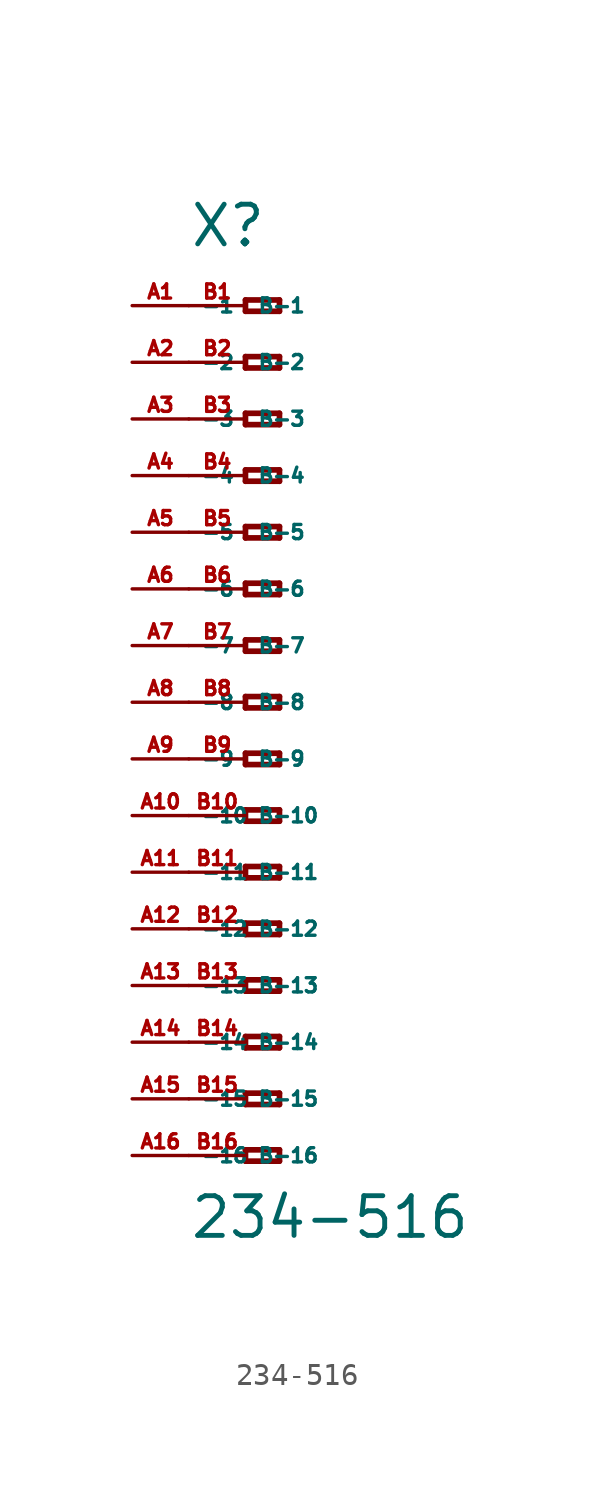
<source format=kicad_sym>
(kicad_symbol_lib
  (version 20220914)
  (generator Eagle2Kicad)
  (symbol "234-516"
    (property "Reference" "X"
      (at -5.08 20.32 0)
      (effects (font (size 1.778 1.778) (thickness 0.22)) (justify left bottom)))
    (property "Value" "234-516"
      (at -5.08 -24.13 0)
      (effects (font (size 1.778 1.778) (thickness 0.22)) (justify left bottom)))
    (polyline
      (pts (xy -2.54 18.034) (xy -2.54 17.526))
      (stroke (width 0.254) (type default))
      (fill (type none)))
    (polyline
      (pts (xy -2.54 17.526) (xy -1.016 17.526))
      (stroke (width 0.254) (type default))
      (fill (type none)))
    (polyline
      (pts (xy -1.016 17.526) (xy -1.016 18.034))
      (stroke (width 0.254) (type default))
      (fill (type none)))
    (polyline
      (pts (xy -1.016 18.034) (xy -2.54 18.034))
      (stroke (width 0.254) (type default))
      (fill (type none)))
    (polyline
      (pts (xy -2.54 15.494) (xy -2.54 14.986))
      (stroke (width 0.254) (type default))
      (fill (type none)))
    (polyline
      (pts (xy -2.54 14.986) (xy -1.016 14.986))
      (stroke (width 0.254) (type default))
      (fill (type none)))
    (polyline
      (pts (xy -1.016 14.986) (xy -1.016 15.494))
      (stroke (width 0.254) (type default))
      (fill (type none)))
    (polyline
      (pts (xy -1.016 15.494) (xy -2.54 15.494))
      (stroke (width 0.254) (type default))
      (fill (type none)))
    (polyline
      (pts (xy -2.54 12.954) (xy -2.54 12.446))
      (stroke (width 0.254) (type default))
      (fill (type none)))
    (polyline
      (pts (xy -2.54 12.446) (xy -1.016 12.446))
      (stroke (width 0.254) (type default))
      (fill (type none)))
    (polyline
      (pts (xy -1.016 12.446) (xy -1.016 12.954))
      (stroke (width 0.254) (type default))
      (fill (type none)))
    (polyline
      (pts (xy -1.016 12.954) (xy -2.54 12.954))
      (stroke (width 0.254) (type default))
      (fill (type none)))
    (polyline
      (pts (xy -2.54 10.414) (xy -2.54 9.906))
      (stroke (width 0.254) (type default))
      (fill (type none)))
    (polyline
      (pts (xy -2.54 9.906) (xy -1.016 9.906))
      (stroke (width 0.254) (type default))
      (fill (type none)))
    (polyline
      (pts (xy -1.016 9.906) (xy -1.016 10.414))
      (stroke (width 0.254) (type default))
      (fill (type none)))
    (polyline
      (pts (xy -1.016 10.414) (xy -2.54 10.414))
      (stroke (width 0.254) (type default))
      (fill (type none)))
    (polyline
      (pts (xy -2.54 7.874) (xy -2.54 7.366))
      (stroke (width 0.254) (type default))
      (fill (type none)))
    (polyline
      (pts (xy -2.54 7.366) (xy -1.016 7.366))
      (stroke (width 0.254) (type default))
      (fill (type none)))
    (polyline
      (pts (xy -1.016 7.366) (xy -1.016 7.874))
      (stroke (width 0.254) (type default))
      (fill (type none)))
    (polyline
      (pts (xy -1.016 7.874) (xy -2.54 7.874))
      (stroke (width 0.254) (type default))
      (fill (type none)))
    (polyline
      (pts (xy -2.54 5.334) (xy -2.54 4.826))
      (stroke (width 0.254) (type default))
      (fill (type none)))
    (polyline
      (pts (xy -2.54 4.826) (xy -1.016 4.826))
      (stroke (width 0.254) (type default))
      (fill (type none)))
    (polyline
      (pts (xy -1.016 4.826) (xy -1.016 5.334))
      (stroke (width 0.254) (type default))
      (fill (type none)))
    (polyline
      (pts (xy -1.016 5.334) (xy -2.54 5.334))
      (stroke (width 0.254) (type default))
      (fill (type none)))
    (polyline
      (pts (xy -2.54 2.794) (xy -2.54 2.286))
      (stroke (width 0.254) (type default))
      (fill (type none)))
    (polyline
      (pts (xy -2.54 2.286) (xy -1.016 2.286))
      (stroke (width 0.254) (type default))
      (fill (type none)))
    (polyline
      (pts (xy -1.016 2.286) (xy -1.016 2.794))
      (stroke (width 0.254) (type default))
      (fill (type none)))
    (polyline
      (pts (xy -1.016 2.794) (xy -2.54 2.794))
      (stroke (width 0.254) (type default))
      (fill (type none)))
    (polyline
      (pts (xy -2.54 0.254) (xy -2.54 -0.254))
      (stroke (width 0.254) (type default))
      (fill (type none)))
    (polyline
      (pts (xy -2.54 -0.254) (xy -1.016 -0.254))
      (stroke (width 0.254) (type default))
      (fill (type none)))
    (polyline
      (pts (xy -1.016 -0.254) (xy -1.016 0.254))
      (stroke (width 0.254) (type default))
      (fill (type none)))
    (polyline
      (pts (xy -1.016 0.254) (xy -2.54 0.254))
      (stroke (width 0.254) (type default))
      (fill (type none)))
    (polyline
      (pts (xy -2.54 -2.286) (xy -2.54 -2.794))
      (stroke (width 0.254) (type default))
      (fill (type none)))
    (polyline
      (pts (xy -2.54 -2.794) (xy -1.016 -2.794))
      (stroke (width 0.254) (type default))
      (fill (type none)))
    (polyline
      (pts (xy -1.016 -2.794) (xy -1.016 -2.286))
      (stroke (width 0.254) (type default))
      (fill (type none)))
    (polyline
      (pts (xy -1.016 -2.286) (xy -2.54 -2.286))
      (stroke (width 0.254) (type default))
      (fill (type none)))
    (polyline
      (pts (xy -2.54 -4.826) (xy -2.54 -5.334))
      (stroke (width 0.254) (type default))
      (fill (type none)))
    (polyline
      (pts (xy -2.54 -5.334) (xy -1.016 -5.334))
      (stroke (width 0.254) (type default))
      (fill (type none)))
    (polyline
      (pts (xy -1.016 -5.334) (xy -1.016 -4.826))
      (stroke (width 0.254) (type default))
      (fill (type none)))
    (polyline
      (pts (xy -1.016 -4.826) (xy -2.54 -4.826))
      (stroke (width 0.254) (type default))
      (fill (type none)))
    (polyline
      (pts (xy -2.54 -7.366) (xy -2.54 -7.874))
      (stroke (width 0.254) (type default))
      (fill (type none)))
    (polyline
      (pts (xy -2.54 -7.874) (xy -1.016 -7.874))
      (stroke (width 0.254) (type default))
      (fill (type none)))
    (polyline
      (pts (xy -1.016 -7.874) (xy -1.016 -7.366))
      (stroke (width 0.254) (type default))
      (fill (type none)))
    (polyline
      (pts (xy -1.016 -7.366) (xy -2.54 -7.366))
      (stroke (width 0.254) (type default))
      (fill (type none)))
    (polyline
      (pts (xy -2.54 -9.906) (xy -2.54 -10.414))
      (stroke (width 0.254) (type default))
      (fill (type none)))
    (polyline
      (pts (xy -2.54 -10.414) (xy -1.016 -10.414))
      (stroke (width 0.254) (type default))
      (fill (type none)))
    (polyline
      (pts (xy -1.016 -10.414) (xy -1.016 -9.906))
      (stroke (width 0.254) (type default))
      (fill (type none)))
    (polyline
      (pts (xy -1.016 -9.906) (xy -2.54 -9.906))
      (stroke (width 0.254) (type default))
      (fill (type none)))
    (polyline
      (pts (xy -2.54 -12.446) (xy -2.54 -12.954))
      (stroke (width 0.254) (type default))
      (fill (type none)))
    (polyline
      (pts (xy -2.54 -12.954) (xy -1.016 -12.954))
      (stroke (width 0.254) (type default))
      (fill (type none)))
    (polyline
      (pts (xy -1.016 -12.954) (xy -1.016 -12.446))
      (stroke (width 0.254) (type default))
      (fill (type none)))
    (polyline
      (pts (xy -1.016 -12.446) (xy -2.54 -12.446))
      (stroke (width 0.254) (type default))
      (fill (type none)))
    (polyline
      (pts (xy -2.54 -14.986) (xy -2.54 -15.494))
      (stroke (width 0.254) (type default))
      (fill (type none)))
    (polyline
      (pts (xy -2.54 -15.494) (xy -1.016 -15.494))
      (stroke (width 0.254) (type default))
      (fill (type none)))
    (polyline
      (pts (xy -1.016 -15.494) (xy -1.016 -14.986))
      (stroke (width 0.254) (type default))
      (fill (type none)))
    (polyline
      (pts (xy -1.016 -14.986) (xy -2.54 -14.986))
      (stroke (width 0.254) (type default))
      (fill (type none)))
    (polyline
      (pts (xy -2.54 -17.526) (xy -2.54 -18.034))
      (stroke (width 0.254) (type default))
      (fill (type none)))
    (polyline
      (pts (xy -2.54 -18.034) (xy -1.016 -18.034))
      (stroke (width 0.254) (type default))
      (fill (type none)))
    (polyline
      (pts (xy -1.016 -18.034) (xy -1.016 -17.526))
      (stroke (width 0.254) (type default))
      (fill (type none)))
    (polyline
      (pts (xy -1.016 -17.526) (xy -2.54 -17.526))
      (stroke (width 0.254) (type default))
      (fill (type none)))
    (polyline
      (pts (xy -2.54 -20.066) (xy -2.54 -20.574))
      (stroke (width 0.254) (type default))
      (fill (type none)))
    (polyline
      (pts (xy -2.54 -20.574) (xy -1.016 -20.574))
      (stroke (width 0.254) (type default))
      (fill (type none)))
    (polyline
      (pts (xy -1.016 -20.574) (xy -1.016 -20.066))
      (stroke (width 0.254) (type default))
      (fill (type none)))
    (polyline
      (pts (xy -1.016 -20.066) (xy -2.54 -20.066))
      (stroke (width 0.254) (type default))
      (fill (type none)))
    (pin passive line
      (at -7.62 17.78 0)
      (length 2.54)
      (name "-1" (effects (font (size 0.635 0.635) (thickness 0.08)) (justify left bottom)))
      (number "A1" (effects (font (size 0.635 0.635) (thickness 0.08)) (justify left bottom))))
    (pin passive line
      (at -7.62 15.24 0)
      (length 2.54)
      (name "-2" (effects (font (size 0.635 0.635) (thickness 0.08)) (justify left bottom)))
      (number "A2" (effects (font (size 0.635 0.635) (thickness 0.08)) (justify left bottom))))
    (pin passive line
      (at -7.62 12.7 0)
      (length 2.54)
      (name "-3" (effects (font (size 0.635 0.635) (thickness 0.08)) (justify left bottom)))
      (number "A3" (effects (font (size 0.635 0.635) (thickness 0.08)) (justify left bottom))))
    (pin passive line
      (at -7.62 10.16 0)
      (length 2.54)
      (name "-4" (effects (font (size 0.635 0.635) (thickness 0.08)) (justify left bottom)))
      (number "A4" (effects (font (size 0.635 0.635) (thickness 0.08)) (justify left bottom))))
    (pin passive line
      (at -7.62 7.62 0)
      (length 2.54)
      (name "-5" (effects (font (size 0.635 0.635) (thickness 0.08)) (justify left bottom)))
      (number "A5" (effects (font (size 0.635 0.635) (thickness 0.08)) (justify left bottom))))
    (pin passive line
      (at -7.62 5.08 0)
      (length 2.54)
      (name "-6" (effects (font (size 0.635 0.635) (thickness 0.08)) (justify left bottom)))
      (number "A6" (effects (font (size 0.635 0.635) (thickness 0.08)) (justify left bottom))))
    (pin passive line
      (at -7.62 2.54 0)
      (length 2.54)
      (name "-7" (effects (font (size 0.635 0.635) (thickness 0.08)) (justify left bottom)))
      (number "A7" (effects (font (size 0.635 0.635) (thickness 0.08)) (justify left bottom))))
    (pin passive line
      (at -7.62 0 0)
      (length 2.54)
      (name "-8" (effects (font (size 0.635 0.635) (thickness 0.08)) (justify left bottom)))
      (number "A8" (effects (font (size 0.635 0.635) (thickness 0.08)) (justify left bottom))))
    (pin passive line
      (at -7.62 -2.54 0)
      (length 2.54)
      (name "-9" (effects (font (size 0.635 0.635) (thickness 0.08)) (justify left bottom)))
      (number "A9" (effects (font (size 0.635 0.635) (thickness 0.08)) (justify left bottom))))
    (pin passive line
      (at -7.62 -5.08 0)
      (length 2.54)
      (name "-10" (effects (font (size 0.635 0.635) (thickness 0.08)) (justify left bottom)))
      (number "A10" (effects (font (size 0.635 0.635) (thickness 0.08)) (justify left bottom))))
    (pin passive line
      (at -7.62 -7.62 0)
      (length 2.54)
      (name "-11" (effects (font (size 0.635 0.635) (thickness 0.08)) (justify left bottom)))
      (number "A11" (effects (font (size 0.635 0.635) (thickness 0.08)) (justify left bottom))))
    (pin passive line
      (at -7.62 -10.16 0)
      (length 2.54)
      (name "-12" (effects (font (size 0.635 0.635) (thickness 0.08)) (justify left bottom)))
      (number "A12" (effects (font (size 0.635 0.635) (thickness 0.08)) (justify left bottom))))
    (pin passive line
      (at -7.62 -12.7 0)
      (length 2.54)
      (name "-13" (effects (font (size 0.635 0.635) (thickness 0.08)) (justify left bottom)))
      (number "A13" (effects (font (size 0.635 0.635) (thickness 0.08)) (justify left bottom))))
    (pin passive line
      (at -7.62 -15.24 0)
      (length 2.54)
      (name "-14" (effects (font (size 0.635 0.635) (thickness 0.08)) (justify left bottom)))
      (number "A14" (effects (font (size 0.635 0.635) (thickness 0.08)) (justify left bottom))))
    (pin passive line
      (at -7.62 -17.78 0)
      (length 2.54)
      (name "-15" (effects (font (size 0.635 0.635) (thickness 0.08)) (justify left bottom)))
      (number "A15" (effects (font (size 0.635 0.635) (thickness 0.08)) (justify left bottom))))
    (pin passive line
      (at -7.62 -20.32 0)
      (length 2.54)
      (name "-16" (effects (font (size 0.635 0.635) (thickness 0.08)) (justify left bottom)))
      (number "A16" (effects (font (size 0.635 0.635) (thickness 0.08)) (justify left bottom))))
    (pin passive line
      (at -5.08 -20.32 0)
      (length 2.54)
      (name "B-16" (effects (font (size 0.635 0.635) (thickness 0.08)) (justify left bottom)))
      (number "B16" (effects (font (size 0.635 0.635) (thickness 0.08)) (justify left bottom))))
    (pin passive line
      (at -5.08 17.78 0)
      (length 2.54)
      (name "B-1" (effects (font (size 0.635 0.635) (thickness 0.08)) (justify left bottom)))
      (number "B1" (effects (font (size 0.635 0.635) (thickness 0.08)) (justify left bottom))))
    (pin passive line
      (at -5.08 15.24 0)
      (length 2.54)
      (name "B-2" (effects (font (size 0.635 0.635) (thickness 0.08)) (justify left bottom)))
      (number "B2" (effects (font (size 0.635 0.635) (thickness 0.08)) (justify left bottom))))
    (pin passive line
      (at -5.08 12.7 0)
      (length 2.54)
      (name "B-3" (effects (font (size 0.635 0.635) (thickness 0.08)) (justify left bottom)))
      (number "B3" (effects (font (size 0.635 0.635) (thickness 0.08)) (justify left bottom))))
    (pin passive line
      (at -5.08 10.16 0)
      (length 2.54)
      (name "B-4" (effects (font (size 0.635 0.635) (thickness 0.08)) (justify left bottom)))
      (number "B4" (effects (font (size 0.635 0.635) (thickness 0.08)) (justify left bottom))))
    (pin passive line
      (at -5.08 7.62 0)
      (length 2.54)
      (name "B-5" (effects (font (size 0.635 0.635) (thickness 0.08)) (justify left bottom)))
      (number "B5" (effects (font (size 0.635 0.635) (thickness 0.08)) (justify left bottom))))
    (pin passive line
      (at -5.08 5.08 0)
      (length 2.54)
      (name "B-6" (effects (font (size 0.635 0.635) (thickness 0.08)) (justify left bottom)))
      (number "B6" (effects (font (size 0.635 0.635) (thickness 0.08)) (justify left bottom))))
    (pin passive line
      (at -5.08 2.54 0)
      (length 2.54)
      (name "B-7" (effects (font (size 0.635 0.635) (thickness 0.08)) (justify left bottom)))
      (number "B7" (effects (font (size 0.635 0.635) (thickness 0.08)) (justify left bottom))))
    (pin passive line
      (at -5.08 0 0)
      (length 2.54)
      (name "B-8" (effects (font (size 0.635 0.635) (thickness 0.08)) (justify left bottom)))
      (number "B8" (effects (font (size 0.635 0.635) (thickness 0.08)) (justify left bottom))))
    (pin passive line
      (at -5.08 -2.54 0)
      (length 2.54)
      (name "B-9" (effects (font (size 0.635 0.635) (thickness 0.08)) (justify left bottom)))
      (number "B9" (effects (font (size 0.635 0.635) (thickness 0.08)) (justify left bottom))))
    (pin passive line
      (at -5.08 -5.08 0)
      (length 2.54)
      (name "B-10" (effects (font (size 0.635 0.635) (thickness 0.08)) (justify left bottom)))
      (number "B10" (effects (font (size 0.635 0.635) (thickness 0.08)) (justify left bottom))))
    (pin passive line
      (at -5.08 -7.62 0)
      (length 2.54)
      (name "B-11" (effects (font (size 0.635 0.635) (thickness 0.08)) (justify left bottom)))
      (number "B11" (effects (font (size 0.635 0.635) (thickness 0.08)) (justify left bottom))))
    (pin passive line
      (at -5.08 -10.16 0)
      (length 2.54)
      (name "B-12" (effects (font (size 0.635 0.635) (thickness 0.08)) (justify left bottom)))
      (number "B12" (effects (font (size 0.635 0.635) (thickness 0.08)) (justify left bottom))))
    (pin passive line
      (at -5.08 -12.7 0)
      (length 2.54)
      (name "B-13" (effects (font (size 0.635 0.635) (thickness 0.08)) (justify left bottom)))
      (number "B13" (effects (font (size 0.635 0.635) (thickness 0.08)) (justify left bottom))))
    (pin passive line
      (at -5.08 -15.24 0)
      (length 2.54)
      (name "B-14" (effects (font (size 0.635 0.635) (thickness 0.08)) (justify left bottom)))
      (number "B14" (effects (font (size 0.635 0.635) (thickness 0.08)) (justify left bottom))))
    (pin passive line
      (at -5.08 -17.78 0)
      (length 2.54)
      (name "B-15" (effects (font (size 0.635 0.635) (thickness 0.08)) (justify left bottom)))
      (number "B15" (effects (font (size 0.635 0.635) (thickness 0.08)) (justify left bottom))))))
</source>
